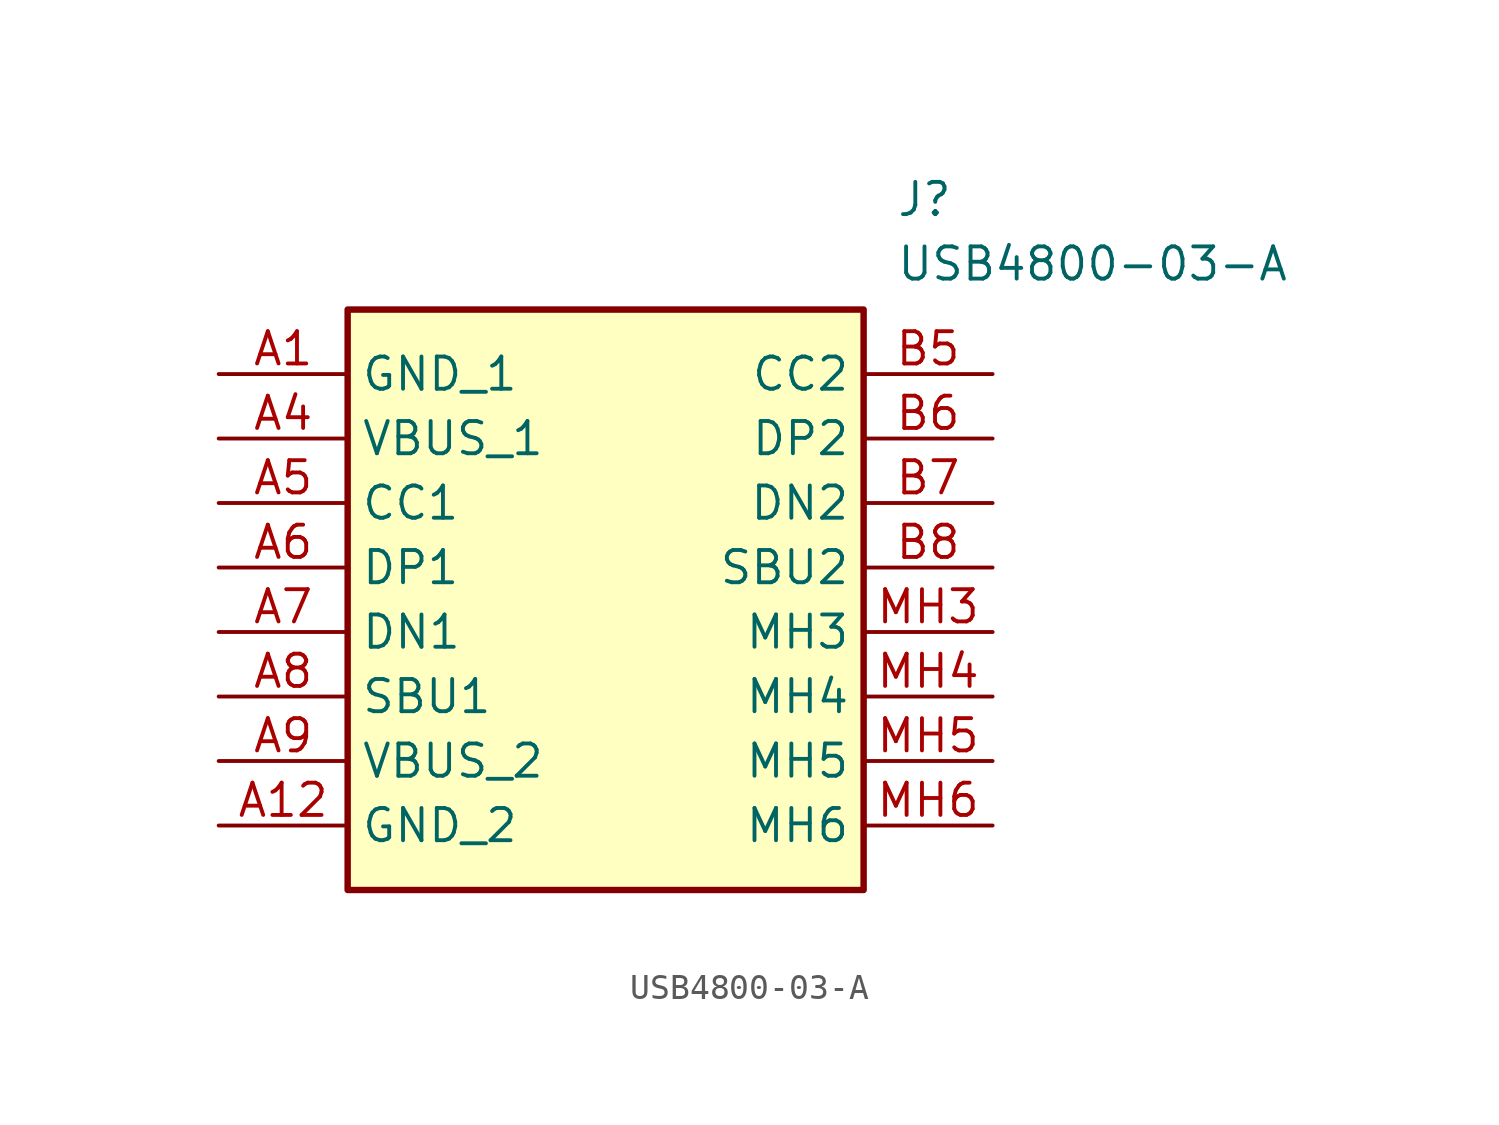
<source format=kicad_sym>
(kicad_symbol_lib
  (version 20211014)
  (generator SamacSys_ECAD_Model)
  (symbol "USB4800-03-A"
    (property "Reference" "J"
      (at 26.67 7.62 0)
      (effects (font (size 1.27 1.27)) (justify left top)))
    (property "Value" "USB4800-03-A"
      (at 26.67 5.08 0)
      (effects (font (size 1.27 1.27)) (justify left top)))
    (rectangle
      (start 5.08 2.54)
      (end 25.4 -20.32)
      (stroke (width 0.254) (type default))
      (fill (type background)))
    (pin passive line
      (at 0 0 0)
      (length 5.08)
      (name "GND_1" (effects (font (size 1.27 1.27))))
      (number "A1" (effects (font (size 1.27 1.27)))))
    (pin passive line
      (at 0 -2.54 0)
      (length 5.08)
      (name "VBUS_1" (effects (font (size 1.27 1.27))))
      (number "A4" (effects (font (size 1.27 1.27)))))
    (pin passive line
      (at 0 -5.08 0)
      (length 5.08)
      (name "CC1" (effects (font (size 1.27 1.27))))
      (number "A5" (effects (font (size 1.27 1.27)))))
    (pin passive line
      (at 0 -7.62 0)
      (length 5.08)
      (name "DP1" (effects (font (size 1.27 1.27))))
      (number "A6" (effects (font (size 1.27 1.27)))))
    (pin passive line
      (at 0 -10.16 0)
      (length 5.08)
      (name "DN1" (effects (font (size 1.27 1.27))))
      (number "A7" (effects (font (size 1.27 1.27)))))
    (pin passive line
      (at 0 -12.7 0)
      (length 5.08)
      (name "SBU1" (effects (font (size 1.27 1.27))))
      (number "A8" (effects (font (size 1.27 1.27)))))
    (pin passive line
      (at 0 -15.24 0)
      (length 5.08)
      (name "VBUS_2" (effects (font (size 1.27 1.27))))
      (number "A9" (effects (font (size 1.27 1.27)))))
    (pin passive line
      (at 0 -17.78 0)
      (length 5.08)
      (name "GND_2" (effects (font (size 1.27 1.27))))
      (number "A12" (effects (font (size 1.27 1.27)))))
    (pin passive line
      (at 30.48 0 180)
      (length 5.08)
      (name "CC2" (effects (font (size 1.27 1.27))))
      (number "B5" (effects (font (size 1.27 1.27)))))
    (pin passive line
      (at 30.48 -2.54 180)
      (length 5.08)
      (name "DP2" (effects (font (size 1.27 1.27))))
      (number "B6" (effects (font (size 1.27 1.27)))))
    (pin passive line
      (at 30.48 -5.08 180)
      (length 5.08)
      (name "DN2" (effects (font (size 1.27 1.27))))
      (number "B7" (effects (font (size 1.27 1.27)))))
    (pin passive line
      (at 30.48 -7.62 180)
      (length 5.08)
      (name "SBU2" (effects (font (size 1.27 1.27))))
      (number "B8" (effects (font (size 1.27 1.27)))))
    (pin passive line
      (at 30.48 -10.16 180)
      (length 5.08)
      (name "MH3" (effects (font (size 1.27 1.27))))
      (number "MH3" (effects (font (size 1.27 1.27)))))
    (pin passive line
      (at 30.48 -12.7 180)
      (length 5.08)
      (name "MH4" (effects (font (size 1.27 1.27))))
      (number "MH4" (effects (font (size 1.27 1.27)))))
    (pin passive line
      (at 30.48 -15.24 180)
      (length 5.08)
      (name "MH5" (effects (font (size 1.27 1.27))))
      (number "MH5" (effects (font (size 1.27 1.27)))))
    (pin passive line
      (at 30.48 -17.78 180)
      (length 5.08)
      (name "MH6" (effects (font (size 1.27 1.27))))
      (number "MH6" (effects (font (size 1.27 1.27)))))))
</source>
